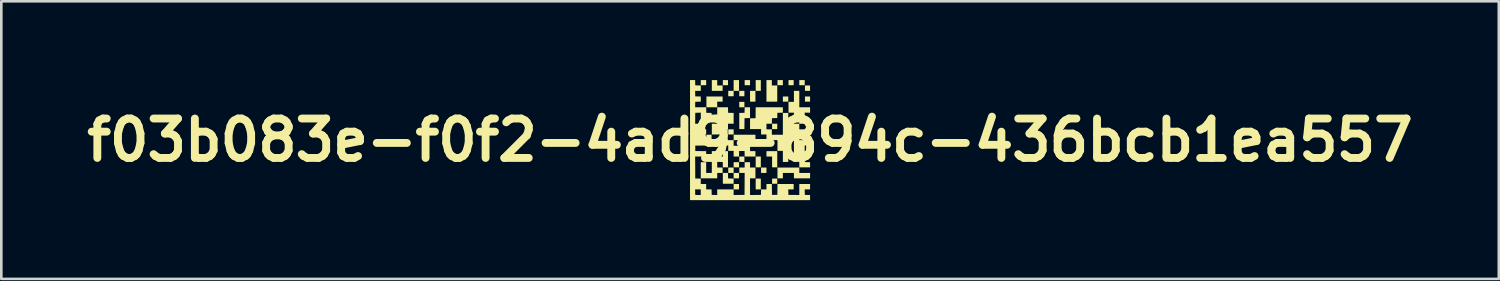
<source format=kicad_pcb>
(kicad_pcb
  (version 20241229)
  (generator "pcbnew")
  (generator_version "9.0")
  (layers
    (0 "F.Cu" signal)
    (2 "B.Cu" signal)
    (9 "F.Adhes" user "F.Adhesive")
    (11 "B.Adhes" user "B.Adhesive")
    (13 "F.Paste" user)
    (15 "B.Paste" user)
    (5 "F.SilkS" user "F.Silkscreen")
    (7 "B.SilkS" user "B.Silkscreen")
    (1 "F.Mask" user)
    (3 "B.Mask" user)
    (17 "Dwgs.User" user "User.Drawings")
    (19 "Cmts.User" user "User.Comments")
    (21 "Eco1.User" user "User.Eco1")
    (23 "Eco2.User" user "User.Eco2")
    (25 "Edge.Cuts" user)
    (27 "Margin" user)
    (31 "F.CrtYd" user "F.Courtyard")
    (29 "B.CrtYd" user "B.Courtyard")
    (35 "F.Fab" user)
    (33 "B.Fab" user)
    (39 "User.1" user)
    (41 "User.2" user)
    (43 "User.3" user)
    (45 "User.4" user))
  (footprint "f03b083e-f0f2-4ad9-894c-436bcb1ea557"
    (layer "F.Cu")
    (at 25.514 2.286)
    (property "Reference" "f03b083e-f0f2-4ad9-894c-436bcb1ea557" (at 0 0 0) (layer "F.SilkS") (effects (font (size 1.5 1.5) (thickness 0.3))))
    (attr board_only exclude_from_pos_files exclude_from_bom)
    (fp_poly (pts (xy -1.671 -2.188) (xy -1.671 -2.091) (xy -1.773 -2.091) (xy -1.876 -2.091) (xy -1.876 -2.188) (xy -1.876 -2.286) (xy -1.773 -2.286) (xy -1.671 -2.286)) (stroke (width 0) (type solid)) (fill yes) (layer "F.SilkS"))
    (fp_poly (pts (xy -0.84 -2.188) (xy -0.84 -2.091) (xy -0.938 -2.091) (xy -1.036 -2.091) (xy -1.036 -2.188) (xy -1.036 -2.286) (xy -0.938 -2.286) (xy -0.84 -2.286)) (stroke (width 0) (type solid)) (fill yes) (layer "F.SilkS"))
    (fp_poly (pts (xy -0.625 -0.313) (xy -0.625 -0.215) (xy -0.728 -0.215) (xy -0.83 -0.215) (xy -0.83 -0.313) (xy -0.83 -0.41) (xy -0.728 -0.41) (xy -0.625 -0.41)) (stroke (width 0) (type solid)) (fill yes) (layer "F.SilkS"))
    (fp_poly (pts (xy -0.625 1.148) (xy -0.625 1.25) (xy -0.728 1.25) (xy -0.83 1.25) (xy -0.83 1.148) (xy -0.83 1.045) (xy -0.728 1.045) (xy -0.625 1.045)) (stroke (width 0) (type solid)) (fill yes) (layer "F.SilkS"))
    (fp_poly (pts (xy -0.42 0.938) (xy -0.42 1.036) (xy -0.523 1.036) (xy -0.625 1.036) (xy -0.625 0.938) (xy -0.625 0.84) (xy -0.523 0.84) (xy -0.42 0.84)) (stroke (width 0) (type solid)) (fill yes) (layer "F.SilkS"))
    (fp_poly (pts (xy -0.42 1.353) (xy -0.42 1.456) (xy -0.523 1.456) (xy -0.625 1.456) (xy -0.625 1.353) (xy -0.625 1.25) (xy -0.523 1.25) (xy -0.42 1.25)) (stroke (width 0) (type solid)) (fill yes) (layer "F.SilkS"))
    (fp_poly (pts (xy -0.215 -1.773) (xy -0.215 -1.671) (xy -0.313 -1.671) (xy -0.41 -1.671) (xy -0.41 -1.773) (xy -0.41 -1.876) (xy -0.313 -1.876) (xy -0.215 -1.876)) (stroke (width 0) (type solid)) (fill yes) (layer "F.SilkS"))
    (fp_poly (pts (xy -0.215 -1.353) (xy -0.215 -1.25) (xy -0.313 -1.25) (xy -0.41 -1.25) (xy -0.41 -1.353) (xy -0.41 -1.456) (xy -0.313 -1.456) (xy -0.215 -1.456)) (stroke (width 0) (type solid)) (fill yes) (layer "F.SilkS"))
    (fp_poly (pts (xy -0.215 0.728) (xy -0.215 0.83) (xy -0.313 0.83) (xy -0.41 0.83) (xy -0.41 0.728) (xy -0.41 0.625) (xy -0.313 0.625) (xy -0.215 0.625)) (stroke (width 0) (type solid)) (fill yes) (layer "F.SilkS"))
    (fp_poly (pts (xy 0 -2.188) (xy 0 -2.091) (xy -0.103 -2.091) (xy -0.205 -2.091) (xy -0.205 -2.188) (xy -0.205 -2.286) (xy -0.103 -2.286) (xy 0 -2.286)) (stroke (width 0) (type solid)) (fill yes) (layer "F.SilkS"))
    (fp_poly (pts (xy 0.205 -1.671) (xy 0.205 -1.465) (xy 0.103 -1.465) (xy 0 -1.465) (xy 0 -1.671) (xy 0 -1.876) (xy 0.103 -1.876) (xy 0.205 -1.876)) (stroke (width 0) (type solid)) (fill yes) (layer "F.SilkS"))
    (fp_poly (pts (xy 0.41 -2.081) (xy 0.41 -1.876) (xy 0.313 -1.876) (xy 0.215 -1.876) (xy 0.215 -2.081) (xy 0.215 -2.286) (xy 0.313 -2.286) (xy 0.41 -2.286)) (stroke (width 0) (type solid)) (fill yes) (layer "F.SilkS"))
    (fp_poly (pts (xy 0.41 0.83) (xy 0.41 1.036) (xy 0.313 1.036) (xy 0.215 1.036) (xy 0.215 0.83) (xy 0.215 0.625) (xy 0.313 0.625) (xy 0.41 0.625)) (stroke (width 0) (type solid)) (fill yes) (layer "F.SilkS"))
    (fp_poly (pts (xy 0.41 1.671) (xy 0.41 1.876) (xy 0.313 1.876) (xy 0.215 1.876) (xy 0.215 1.671) (xy 0.215 1.465) (xy 0.313 1.465) (xy 0.41 1.465)) (stroke (width 0) (type solid)) (fill yes) (layer "F.SilkS"))
    (fp_poly (pts (xy 0.625 1.148) (xy 0.625 1.25) (xy 0.523 1.25) (xy 0.42 1.25) (xy 0.42 1.148) (xy 0.42 1.045) (xy 0.523 1.045) (xy 0.625 1.045)) (stroke (width 0) (type solid)) (fill yes) (layer "F.SilkS"))
    (fp_poly (pts (xy 1.036 -0.523) (xy 1.036 -0.42) (xy 0.938 -0.42) (xy 0.84 -0.42) (xy 0.84 -0.523) (xy 0.84 -0.625) (xy 0.938 -0.625) (xy 1.036 -0.625)) (stroke (width 0) (type solid)) (fill yes) (layer "F.SilkS"))
    (fp_poly (pts (xy 1.036 1.563) (xy 1.036 1.661) (xy 0.938 1.661) (xy 0.84 1.661) (xy 0.84 1.563) (xy 0.84 1.465) (xy 0.938 1.465) (xy 1.036 1.465)) (stroke (width 0) (type solid)) (fill yes) (layer "F.SilkS"))
    (fp_poly (pts (xy 1.25 -2.188) (xy 1.25 -2.091) (xy 1.148 -2.091) (xy 1.045 -2.091) (xy 1.045 -2.188) (xy 1.045 -2.286) (xy 1.148 -2.286) (xy 1.25 -2.286)) (stroke (width 0) (type solid)) (fill yes) (layer "F.SilkS"))
    (fp_poly (pts (xy 1.456 -1.563) (xy 1.456 -1.465) (xy 1.353 -1.465) (xy 1.25 -1.465) (xy 1.25 -1.563) (xy 1.25 -1.661) (xy 1.353 -1.661) (xy 1.456 -1.661)) (stroke (width 0) (type solid)) (fill yes) (layer "F.SilkS"))
    (fp_poly (pts (xy 1.661 -2.188) (xy 1.661 -2.091) (xy 1.563 -2.091) (xy 1.465 -2.091) (xy 1.465 -2.188) (xy 1.465 -2.286) (xy 1.563 -2.286) (xy 1.661 -2.286)) (stroke (width 0) (type solid)) (fill yes) (layer "F.SilkS"))
    (fp_poly (pts (xy 2.081 -2.188) (xy 2.081 -2.091) (xy 1.978 -2.091) (xy 1.876 -2.091) (xy 1.876 -2.188) (xy 1.876 -2.286) (xy 1.978 -2.286) (xy 2.081 -2.286)) (stroke (width 0) (type solid)) (fill yes) (layer "F.SilkS"))
    (fp_poly (pts (xy 2.286 -1.978) (xy 2.286 -1.876) (xy 2.188 -1.876) (xy 2.091 -1.876) (xy 2.091 -1.978) (xy 2.091 -2.081) (xy 2.188 -2.081) (xy 2.286 -2.081)) (stroke (width 0) (type solid)) (fill yes) (layer "F.SilkS"))
    (fp_poly (pts (xy 2.286 -1.563) (xy 2.286 -1.465) (xy 2.188 -1.465) (xy 2.091 -1.465) (xy 2.091 -1.563) (xy 2.091 -1.661) (xy 2.188 -1.661) (xy 2.286 -1.661)) (stroke (width 0) (type solid)) (fill yes) (layer "F.SilkS"))
    (fp_poly (pts (xy -1.25 -2.183) (xy -1.25 -2.081) (xy -1.148 -2.081) (xy -1.045 -2.081) (xy -1.045 -1.978) (xy -1.045 -1.876) (xy -1.25 -1.876) (xy -1.456 -1.876) (xy -1.456 -2.081) (xy -1.456 -2.286) (xy -1.353 -2.286) (xy -1.25 -2.286)) (stroke (width 0) (type solid)) (fill yes) (layer "F.SilkS"))
    (fp_poly (pts (xy -1.045 -1.563) (xy -1.045 -1.465) (xy -1.148 -1.465) (xy -1.25 -1.465) (xy -1.25 -1.358) (xy -1.25 -1.25) (xy -1.456 -1.25) (xy -1.661 -1.25) (xy -1.661 -1.456) (xy -1.661 -1.661) (xy -1.353 -1.661) (xy -1.045 -1.661)) (stroke (width 0) (type solid)) (fill yes) (layer "F.SilkS"))
    (fp_poly (pts (xy -0.838 1.355) (xy -0.835 1.46) (xy -0.73 1.463) (xy -0.625 1.466) (xy -0.625 1.563) (xy -0.625 1.661) (xy -0.83 1.661) (xy -1.036 1.661) (xy -1.036 1.456) (xy -1.036 1.25) (xy -0.938 1.25) (xy -0.841 1.25)) (stroke (width 0) (type solid)) (fill yes) (layer "F.SilkS"))
    (fp_poly (pts (xy 0.83 -2.183) (xy 0.83 -2.081) (xy 0.933 -2.081) (xy 1.036 -2.081) (xy 1.036 -1.773) (xy 1.036 -1.465) (xy 0.83 -1.465) (xy 0.625 -1.465) (xy 0.625 -1.876) (xy 0.625 -2.286) (xy 0.728 -2.286) (xy 0.83 -2.286)) (stroke (width 0) (type solid)) (fill yes) (layer "F.SilkS"))
    (fp_poly (pts (xy 1.036 0.728) (xy 1.036 1.036) (xy 0.938 1.036) (xy 0.84 1.036) (xy 0.84 0.83) (xy 0.84 0.625) (xy 0.733 0.625) (xy 0.625 0.625) (xy 0.625 0.523) (xy 0.625 0.42) (xy 0.83 0.42) (xy 1.036 0.42)) (stroke (width 0) (type solid)) (fill yes) (layer "F.SilkS"))
    (fp_poly (pts (xy -0.42 -2.081) (xy -0.42 -1.876) (xy -0.523 -1.876) (xy -0.625 -1.876) (xy -0.625 -1.773) (xy -0.625 -1.671) (xy -0.728 -1.671) (xy -0.83 -1.671) (xy -0.83 -1.773) (xy -0.83 -1.876) (xy -0.728 -1.876) (xy -0.625 -1.876) (xy -0.625 -2.081) (xy -0.625 -2.286) (xy -0.523 -2.286) (xy -0.42 -2.286)) (stroke (width 0) (type solid)) (fill yes) (layer "F.SilkS"))
    (fp_poly (pts (xy 0 -1.046) (xy 0 -0.841) (xy -0.105 -0.838) (xy -0.21 -0.835) (xy -0.213 -0.628) (xy -0.215 -0.42) (xy -0.313 -0.42) (xy -0.41 -0.42) (xy -0.41 -0.727) (xy -0.41 -1.035) (xy -0.31 -1.038) (xy -0.21 -1.04) (xy -0.207 -1.145) (xy -0.204 -1.25) (xy -0.102 -1.25) (xy 0 -1.25)) (stroke (width 0) (type solid)) (fill yes) (layer "F.SilkS"))
    (fp_poly (pts (xy 1.876 1.148) (xy 1.876 1.25) (xy 2.081 1.25) (xy 2.286 1.25) (xy 2.286 1.353) (xy 2.286 1.456) (xy 1.978 1.456) (xy 1.671 1.456) (xy 1.671 1.353) (xy 1.671 1.25) (xy 1.46 1.25) (xy 1.25 1.25) (xy 1.25 1.353) (xy 1.25 1.456) (xy 1.148 1.456) (xy 1.045 1.456) (xy 1.045 1.25) (xy 1.045 1.045) (xy 1.46 1.045) (xy 1.876 1.045)) (stroke (width 0) (type solid)) (fill yes) (layer "F.SilkS"))
    (fp_poly (pts (xy -0.838 -1.145) (xy -0.835 -1.04) (xy -0.73 -1.038) (xy -0.625 -1.035) (xy -0.625 -0.83) (xy -0.625 -0.625) (xy -0.733 -0.625) (xy -0.84 -0.625) (xy -0.84 -0.523) (xy -0.84 -0.42) (xy -0.943 -0.42) (xy -1.045 -0.42) (xy -1.045 -0.318) (xy -1.045 -0.215) (xy -1.25 -0.215) (xy -1.456 -0.215) (xy -1.456 -0.42) (xy -1.456 -0.625) (xy -1.353 -0.625) (xy -1.25 -0.625) (xy -1.25 -0.938) (xy -1.25 -1.25) (xy -1.046 -1.25) (xy -0.841 -1.25)) (stroke (width 0) (type solid)) (fill yes) (layer "F.SilkS"))
    (fp_poly (pts (xy -1.25 0.523) (xy -1.25 0.625) (xy -1.143 0.625) (xy -1.036 0.625) (xy -1.036 0.523) (xy -1.036 0.42) (xy -0.938 0.42) (xy -0.84 0.42) (xy -0.84 0.728) (xy -0.84 1.036) (xy -0.938 1.036) (xy -1.035 1.036) (xy -1.038 0.935) (xy -1.04 0.835) (xy -1.145 0.832) (xy -1.25 0.83) (xy -1.25 0.938) (xy -1.25 1.045) (xy -1.148 1.045) (xy -1.045 1.045) (xy -1.045 1.148) (xy -1.045 1.25) (xy -1.148 1.25) (xy -1.25 1.25) (xy -1.25 1.353) (xy -1.25 1.456) (xy -1.563 1.456) (xy -1.876 1.456) (xy -1.876 1.148) (xy -1.876 0.84) (xy -1.773 0.84) (xy -1.671 0.84) (xy -1.671 1.045) (xy -1.671 1.25) (xy -1.563 1.25) (xy -1.456 1.25) (xy -1.456 0.835) (xy -1.456 0.42) (xy -1.353 0.42) (xy -1.25 0.42)) (stroke (width 0) (type solid)) (fill yes) (layer "F.SilkS"))
    (fp_poly (pts (xy 0.205 0) (xy 0.205 0.205) (xy 0.103 0.205) (xy 0 0.205) (xy 0 0.103) (xy 0 0) (xy -0.313 0) (xy -0.625 0) (xy -0.625 0.107) (xy -0.625 0.215) (xy -0.313 0.215) (xy 0 0.215) (xy 0 0.318) (xy 0 0.42) (xy 0.103 0.42) (xy 0.205 0.42) (xy 0.205 0.523) (xy 0.205 0.625) (xy 0.00033 0.625) (xy -0.204 0.625) (xy -0.207 0.52) (xy -0.21 0.415) (xy -0.313 0.415) (xy -0.415 0.415) (xy -0.418 0.52) (xy -0.421 0.625) (xy -0.523 0.625) (xy -0.625 0.625) (xy -0.625 0.518) (xy -0.625 0.41) (xy -0.728 0.41) (xy -0.83 0.41) (xy -0.83 0.308) (xy -0.83 0.205) (xy -0.933 0.205) (xy -1.036 0.205) (xy -1.036 0.103) (xy -1.036 0) (xy -0.83 0) (xy -0.625 0) (xy -0.625 -0.103) (xy -0.625 -0.205) (xy -0.21 -0.205) (xy 0.205 -0.205)) (stroke (width 0) (type solid)) (fill yes) (layer "F.SilkS"))
    (fp_poly (pts (xy 1.876 -1.563) (xy 1.876 -1.25) (xy 2.081 -1.25) (xy 2.286 -1.25) (xy 2.286 -1.148) (xy 2.286 -1.045) (xy 2.183 -1.045) (xy 2.081 -1.045) (xy 2.081 -0.938) (xy 2.081 -0.83) (xy 2.183 -0.83) (xy 2.286 -0.83) (xy 2.286 -0.728) (xy 2.286 -0.625) (xy 2.081 -0.625) (xy 1.876 -0.625) (xy 1.876 -0.518) (xy 1.876 -0.41) (xy 2.081 -0.41) (xy 2.286 -0.41) (xy 2.286 -0.313) (xy 2.286 -0.215) (xy 2.081 -0.215) (xy 1.876 -0.215) (xy 1.876 -0.107) (xy 1.876 0) (xy 2.081 0) (xy 2.286 0) (xy 2.286 0.103) (xy 2.286 0.205) (xy 2.183 0.205) (xy 2.081 0.205) (xy 2.081 0.313) (xy 2.081 0.42) (xy 2.183 0.42) (xy 2.286 0.42) (xy 2.286 0.523) (xy 2.286 0.625) (xy 2.183 0.625) (xy 2.08 0.625) (xy 2.083 0.73) (xy 2.086 0.835) (xy 2.186 0.838) (xy 2.286 0.841) (xy 2.286 0.938) (xy 2.286 1.036) (xy 2.081 1.036) (xy 1.876 1.036) (xy 1.876 0.83) (xy 1.876 0.625) (xy 1.773 0.625) (xy 1.671 0.625) (xy 1.671 0.313) (xy 1.671 0) (xy 1.563 0) (xy 1.456 0) (xy 1.456 0.415) (xy 1.456 0.83) (xy 1.353 0.83) (xy 1.25 0.83) (xy 1.25 0.62) (xy 1.25 0.41) (xy 1.148 0.41) (xy 1.045 0.41) (xy 1.045 0.205) (xy 1.045 0) (xy 0.938 0) (xy 0.83 0) (xy 0.83 0.103) (xy 0.83 0.205) (xy 0.625 0.205) (xy 0.42 0.205) (xy 0.42 0.103) (xy 0.42 0) (xy 0.523 0) (xy 0.625 0) (xy 0.625 -0.107) (xy 0.625 -0.215) (xy 0.523 -0.215) (xy 0.42 -0.215) (xy 0.42 -0.318) (xy 0.42 -0.42) (xy 0.21 -0.42) (xy 0 -0.42) (xy 0 -0.625) (xy 0 -0.83) (xy 0.105 -0.832) (xy 0.21 -0.835) (xy 0.213 -1.043) (xy 0.215 -1.25) (xy 0.733 -1.25) (xy 1.25 -1.25) (xy 1.25 -1.148) (xy 1.25 -1.046) (xy 1.145 -1.043) (xy 1.04 -1.04) (xy 1.038 -0.941) (xy 1.035 -0.841) (xy 0.935 -0.838) (xy 0.835 -0.835) (xy 0.832 -0.73) (xy 0.83 -0.625) (xy 0.727 -0.625) (xy 0.625 -0.625) (xy 0.625 -0.518) (xy 0.625 -0.41) (xy 0.728 -0.41) (xy 0.83 -0.41) (xy 0.83 -0.308) (xy 0.83 -0.205) (xy 1.04 -0.205) (xy 1.25 -0.205) (xy 1.25 -0.62) (xy 1.25 -1.036) (xy 1.353 -1.036) (xy 1.456 -1.036) (xy 1.456 -0.83) (xy 1.456 -0.625) (xy 1.666 -0.625) (xy 1.876 -0.625) (xy 1.876 -0.733) (xy 1.876 -0.84) (xy 1.773 -0.84) (xy 1.671 -0.84) (xy 1.671 -0.943) (xy 1.671 -1.045) (xy 1.568 -1.045) (xy 1.465 -1.045) (xy 1.465 -1.25) (xy 1.465 -1.456) (xy 1.568 -1.456) (xy 1.671 -1.456) (xy 1.671 -1.666) (xy 1.671 -1.876) (xy 1.773 -1.876) (xy 1.876 -1.876)) (stroke (width 0) (type solid)) (fill yes) (layer "F.SilkS"))
    (fp_poly (pts (xy -2.089 -2.186) (xy -2.086 -2.086) (xy -1.981 -2.083) (xy -1.876 -2.08) (xy -1.876 -1.978) (xy -1.876 -1.876) (xy -1.983 -1.876) (xy -2.091 -1.876) (xy -2.089 -1.771) (xy -2.086 -1.666) (xy -1.981 -1.663) (xy -1.876 -1.66) (xy -1.876 -1.563) (xy -1.876 -1.466) (xy -1.981 -1.463) (xy -2.086 -1.46) (xy -2.089 -1.355) (xy -2.091 -1.25) (xy -1.881 -1.25) (xy -1.671 -1.25) (xy -1.668 -1.145) (xy -1.666 -1.04) (xy -1.566 -1.038) (xy -1.465 -1.035) (xy -1.465 -0.938) (xy -1.465 -0.841) (xy -1.566 -0.838) (xy -1.666 -0.835) (xy -1.668 -0.73) (xy -1.671 -0.625) (xy -1.773 -0.625) (xy -1.876 -0.625) (xy -1.876 -0.518) (xy -1.876 -0.41) (xy -1.773 -0.41) (xy -1.671 -0.41) (xy -1.671 -0.313) (xy -1.671 -0.215) (xy -1.773 -0.215) (xy -1.876 -0.215) (xy -1.876 -0.107) (xy -1.876 0) (xy -1.768 0) (xy -1.661 0) (xy -1.661 -0.103) (xy -1.661 -0.205) (xy -1.563 -0.205) (xy -1.465 -0.205) (xy -1.465 -0.000138) (xy -1.465 0.205) (xy -1.776 0.207) (xy -2.086 0.21) (xy -2.086 0.313) (xy -2.086 0.415) (xy -1.878 0.418) (xy -1.671 0.42) (xy -1.671 0.523) (xy -1.671 0.625) (xy -1.881 0.625) (xy -2.091 0.625) (xy -2.088 1.043) (xy -2.086 1.46) (xy -1.981 1.463) (xy -1.876 1.466) (xy -1.876 1.568) (xy -1.876 1.671) (xy -1.773 1.671) (xy -1.671 1.671) (xy -1.671 1.773) (xy -1.671 1.876) (xy -1.568 1.876) (xy -1.466 1.876) (xy -1.463 1.981) (xy -1.46 2.086) (xy -1.355 2.089) (xy -1.25 2.091) (xy -1.25 1.983) (xy -1.25 1.876) (xy -0.938 1.876) (xy -0.625 1.876) (xy -0.625 1.773) (xy -0.625 1.671) (xy -0.523 1.671) (xy -0.42 1.671) (xy -0.42 1.773) (xy -0.42 1.876) (xy -0.523 1.876) (xy -0.625 1.876) (xy -0.625 1.983) (xy -0.625 2.091) (xy -0.418 2.088) (xy -0.21 2.086) (xy -0.207 1.668) (xy -0.205 1.25) (xy -0.308 1.25) (xy -0.41 1.25) (xy -0.41 1.148) (xy -0.41 1.045) (xy -0.308 1.045) (xy -0.205 1.045) (xy -0.205 0.943) (xy -0.205 0.84) (xy -0.103 0.84) (xy 0 0.84) (xy 0 0.943) (xy 0 1.045) (xy 0.103 1.045) (xy 0.205 1.045) (xy 0.205 1.25) (xy 0.205 1.456) (xy 0.103 1.456) (xy 0 1.456) (xy 0 1.773) (xy 0 2.091) (xy 0.208 2.088) (xy 0.415 2.086) (xy 0.418 1.981) (xy 0.421 1.876) (xy 0.523 1.876) (xy 0.625 1.876) (xy 0.625 1.773) (xy 0.625 1.671) (xy 0.728 1.671) (xy 0.83 1.671) (xy 0.833 1.878) (xy 0.835 2.086) (xy 0.938 2.086) (xy 1.04 2.086) (xy 1.043 1.878) (xy 1.046 1.671) (xy 1.353 1.671) (xy 1.661 1.671) (xy 1.661 1.773) (xy 1.661 1.876) (xy 1.558 1.876) (xy 1.455 1.876) (xy 1.458 1.981) (xy 1.46 2.086) (xy 1.668 2.088) (xy 1.876 2.091) (xy 1.876 1.881) (xy 1.876 1.671) (xy 2.081 1.671) (xy 2.286 1.671) (xy 2.286 1.773) (xy 2.286 1.876) (xy 2.183 1.876) (xy 2.08 1.876) (xy 2.083 1.981) (xy 2.086 2.086) (xy 2.186 2.089) (xy 2.286 2.091) (xy 2.286 2.189) (xy 2.286 2.286) (xy 0 2.286) (xy -2.286 2.286) (xy -2.286 1.977) (xy -2.091 1.977) (xy -2.09 2.019) (xy -2.088 2.054) (xy -2.086 2.077) (xy -2.084 2.084) (xy -2.072 2.087) (xy -2.045 2.089) (xy -2.007 2.09) (xy -1.977 2.091) (xy -1.876 2.091) (xy -1.876 1.983) (xy -1.876 1.876) (xy -1.983 1.876) (xy -2.091 1.876) (xy -2.091 1.977) (xy -2.286 1.977) (xy -2.286 0) (xy -2.286 -0.625) (xy -2.091 -0.625) (xy -1.983 -0.625) (xy -1.876 -0.625) (xy -1.876 -0.836) (xy -1.876 -1.046) (xy -1.981 -1.043) (xy -2.086 -1.04) (xy -2.088 -0.833) (xy -2.091 -0.625) (xy -2.286 -0.625) (xy -2.286 -2.286) (xy -2.189 -2.286) (xy -2.091 -2.286)) (stroke (width 0) (type solid)) (fill yes) (layer "F.SilkS")))
  (gr_rect
    (start -3 -3)
    (end 54.029 7.572)
    (stroke (width 0.1) (type default))
    (fill no)
    (layer "Edge.Cuts")))
</source>
